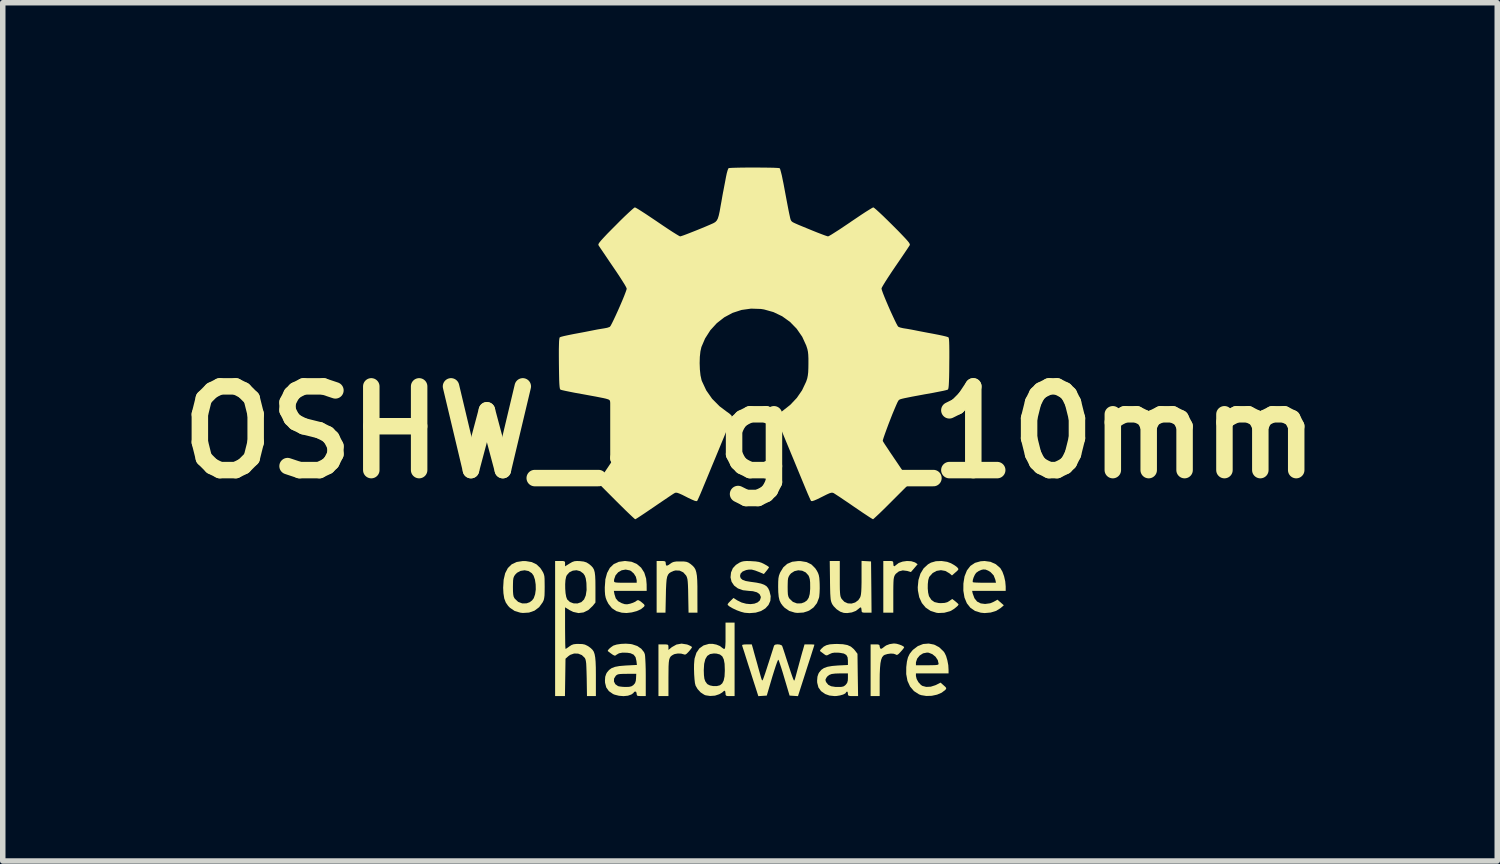
<source format=kicad_pcb>
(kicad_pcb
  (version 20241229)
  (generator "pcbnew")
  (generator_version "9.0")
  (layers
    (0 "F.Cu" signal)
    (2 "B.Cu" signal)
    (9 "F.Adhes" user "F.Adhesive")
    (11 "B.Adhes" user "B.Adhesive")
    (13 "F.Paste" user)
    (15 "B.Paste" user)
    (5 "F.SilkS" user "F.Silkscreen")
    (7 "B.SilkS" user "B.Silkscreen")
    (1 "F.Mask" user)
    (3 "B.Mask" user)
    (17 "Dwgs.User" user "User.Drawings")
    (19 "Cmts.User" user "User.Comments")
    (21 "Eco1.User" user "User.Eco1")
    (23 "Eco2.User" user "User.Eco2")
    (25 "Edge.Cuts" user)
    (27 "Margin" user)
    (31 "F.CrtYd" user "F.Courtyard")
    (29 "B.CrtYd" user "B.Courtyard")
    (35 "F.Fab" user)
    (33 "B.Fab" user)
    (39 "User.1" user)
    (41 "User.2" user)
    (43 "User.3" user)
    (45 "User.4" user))
  (footprint "OSHW_logo_10mm"
    (layer "F.Cu")
    (at 10.603 4.818)
    (property "Reference" "OSHW_logo_10mm" (at 0 0 0) (layer "F.SilkS") (effects (font (size 1.524 1.524) (thickness 0.3))))
    (attr board_only exclude_from_pos_files exclude_from_bom)
    (fp_poly (pts (xy 2.569 2.344) (xy 2.596 2.35) (xy 2.606 2.364) (xy 2.608 2.392) (xy 2.608 2.393) (xy 2.613 2.432) (xy 2.63 2.44) (xy 2.658 2.417) (xy 2.658 2.417) (xy 2.707 2.38) (xy 2.777 2.355) (xy 2.856 2.344) (xy 2.934 2.348) (xy 2.999 2.368) (xy 3.016 2.378) (xy 3.051 2.403) (xy 2.929 2.545) (xy 2.861 2.525) (xy 2.781 2.515) (xy 2.71 2.533) (xy 2.654 2.577) (xy 2.639 2.597) (xy 2.628 2.618) (xy 2.62 2.644) (xy 2.614 2.678) (xy 2.611 2.727) (xy 2.609 2.795) (xy 2.608 2.888) (xy 2.608 2.967) (xy 2.608 3.284) (xy 2.426 3.284) (xy 2.426 2.344) (xy 2.517 2.344)) (stroke (width 0) (type solid)) (fill yes) (layer "F.SilkS"))
    (fp_poly (pts (xy -1.15 3.863) (xy -1.131 3.869) (xy -1.087 3.889) (xy -1.06 3.906) (xy -1.056 3.913) (xy -1.067 3.933) (xy -1.093 3.967) (xy -1.116 3.994) (xy -1.153 4.032) (xy -1.18 4.048) (xy -1.202 4.045) (xy -1.205 4.043) (xy -1.254 4.03) (xy -1.315 4.028) (xy -1.372 4.038) (xy -1.391 4.046) (xy -1.421 4.063) (xy -1.444 4.082) (xy -1.46 4.107) (xy -1.472 4.142) (xy -1.479 4.193) (xy -1.483 4.263) (xy -1.484 4.357) (xy -1.485 4.469) (xy -1.485 4.803) (xy -1.667 4.803) (xy -1.667 3.862) (xy -1.576 3.862) (xy -1.524 3.863) (xy -1.497 3.868) (xy -1.487 3.883) (xy -1.485 3.911) (xy -1.485 3.963) (xy -1.423 3.912) (xy -1.339 3.865) (xy -1.246 3.848)) (stroke (width 0) (type solid)) (fill yes) (layer "F.SilkS"))
    (fp_poly (pts (xy 2.67 3.851) (xy 2.719 3.865) (xy 2.765 3.883) (xy 2.797 3.902) (xy 2.806 3.914) (xy 2.795 3.934) (xy 2.768 3.968) (xy 2.741 3.998) (xy 2.704 4.037) (xy 2.679 4.053) (xy 2.661 4.052) (xy 2.651 4.045) (xy 2.614 4.032) (xy 2.56 4.029) (xy 2.502 4.037) (xy 2.45 4.053) (xy 2.428 4.067) (xy 2.404 4.097) (xy 2.387 4.142) (xy 2.374 4.206) (xy 2.366 4.293) (xy 2.361 4.405) (xy 2.36 4.521) (xy 2.36 4.803) (xy 2.195 4.803) (xy 2.195 3.862) (xy 2.278 3.862) (xy 2.327 3.863) (xy 2.351 3.87) (xy 2.359 3.887) (xy 2.36 3.903) (xy 2.369 3.936) (xy 2.393 3.942) (xy 2.426 3.92) (xy 2.434 3.912) (xy 2.478 3.881) (xy 2.542 3.857) (xy 2.613 3.846) (xy 2.628 3.846)) (stroke (width 0) (type solid)) (fill yes) (layer "F.SilkS"))
    (fp_poly (pts (xy -1.568 2.345) (xy -1.544 2.352) (xy -1.536 2.368) (xy -1.535 2.382) (xy -1.53 2.419) (xy -1.514 2.43) (xy -1.482 2.416) (xy -1.456 2.397) (xy -1.421 2.373) (xy -1.387 2.36) (xy -1.342 2.353) (xy -1.276 2.352) (xy -1.271 2.352) (xy -1.203 2.353) (xy -1.158 2.359) (xy -1.123 2.372) (xy -1.088 2.395) (xy -1.082 2.399) (xy -1.044 2.431) (xy -1.015 2.463) (xy -0.993 2.501) (xy -0.978 2.55) (xy -0.967 2.613) (xy -0.961 2.696) (xy -0.958 2.802) (xy -0.958 2.934) (xy -0.957 3.284) (xy -1.119 3.284) (xy -1.125 2.975) (xy -1.127 2.864) (xy -1.13 2.781) (xy -1.134 2.721) (xy -1.139 2.677) (xy -1.147 2.646) (xy -1.157 2.621) (xy -1.164 2.608) (xy -1.215 2.551) (xy -1.282 2.519) (xy -1.357 2.516) (xy -1.395 2.526) (xy -1.436 2.544) (xy -1.468 2.564) (xy -1.491 2.591) (xy -1.508 2.63) (xy -1.519 2.685) (xy -1.525 2.761) (xy -1.53 2.862) (xy -1.532 2.963) (xy -1.539 3.284) (xy -1.7 3.284) (xy -1.7 2.344) (xy -1.617 2.344)) (stroke (width 0) (type solid)) (fill yes) (layer "F.SilkS"))
    (fp_poly (pts (xy 2.117 2.347) (xy 2.203 2.352) (xy 2.208 2.818) (xy 2.212 3.284) (xy 2.121 3.284) (xy 2.069 3.284) (xy 2.042 3.278) (xy 2.032 3.264) (xy 2.03 3.236) (xy 2.03 3.235) (xy 2.024 3.196) (xy 2.007 3.188) (xy 1.98 3.211) (xy 1.98 3.211) (xy 1.927 3.252) (xy 1.854 3.28) (xy 1.77 3.292) (xy 1.708 3.289) (xy 1.643 3.267) (xy 1.577 3.223) (xy 1.521 3.166) (xy 1.495 3.128) (xy 1.484 3.103) (xy 1.475 3.076) (xy 1.468 3.042) (xy 1.464 2.995) (xy 1.46 2.932) (xy 1.458 2.846) (xy 1.456 2.733) (xy 1.456 2.703) (xy 1.451 2.344) (xy 1.634 2.344) (xy 1.634 2.661) (xy 1.634 2.773) (xy 1.635 2.857) (xy 1.638 2.918) (xy 1.642 2.961) (xy 1.648 2.992) (xy 1.658 3.016) (xy 1.667 3.033) (xy 1.716 3.086) (xy 1.779 3.115) (xy 1.848 3.119) (xy 1.914 3.099) (xy 1.971 3.057) (xy 2.003 3.009) (xy 2.013 2.982) (xy 2.02 2.946) (xy 2.025 2.895) (xy 2.028 2.825) (xy 2.03 2.73) (xy 2.03 2.648) (xy 2.03 2.342)) (stroke (width 0) (type solid)) (fill yes) (layer "F.SilkS"))
    (fp_poly (pts (xy 3.588 2.359) (xy 3.658 2.385) (xy 3.711 2.415) (xy 3.756 2.446) (xy 3.773 2.461) (xy 3.79 2.483) (xy 3.792 2.499) (xy 3.774 2.521) (xy 3.74 2.551) (xy 3.676 2.607) (xy 3.628 2.567) (xy 3.555 2.525) (xy 3.475 2.511) (xy 3.396 2.524) (xy 3.325 2.563) (xy 3.269 2.625) (xy 3.259 2.641) (xy 3.244 2.692) (xy 3.236 2.764) (xy 3.235 2.843) (xy 3.242 2.919) (xy 3.256 2.979) (xy 3.261 2.991) (xy 3.303 3.054) (xy 3.358 3.092) (xy 3.433 3.109) (xy 3.474 3.111) (xy 3.542 3.107) (xy 3.591 3.094) (xy 3.627 3.073) (xy 3.68 3.035) (xy 3.738 3.079) (xy 3.773 3.109) (xy 3.794 3.131) (xy 3.796 3.136) (xy 3.783 3.157) (xy 3.75 3.187) (xy 3.707 3.22) (xy 3.662 3.248) (xy 3.64 3.258) (xy 3.537 3.286) (xy 3.428 3.291) (xy 3.392 3.286) (xy 3.286 3.252) (xy 3.197 3.192) (xy 3.128 3.109) (xy 3.08 3.004) (xy 3.056 2.882) (xy 3.053 2.823) (xy 3.066 2.69) (xy 3.102 2.574) (xy 3.16 2.478) (xy 3.239 2.405) (xy 3.293 2.374) (xy 3.383 2.348) (xy 3.486 2.344)) (stroke (width 0) (type solid)) (fill yes) (layer "F.SilkS"))
    (fp_poly (pts (xy 4.378 2.359) (xy 4.475 2.403) (xy 4.554 2.472) (xy 4.559 2.478) (xy 4.595 2.54) (xy 4.625 2.623) (xy 4.646 2.716) (xy 4.654 2.807) (xy 4.654 2.809) (xy 4.654 2.888) (xy 4.043 2.888) (xy 4.053 2.934) (xy 4.085 3.022) (xy 4.133 3.082) (xy 4.199 3.116) (xy 4.279 3.126) (xy 4.371 3.114) (xy 4.435 3.087) (xy 4.504 3.048) (xy 4.562 3.099) (xy 4.62 3.15) (xy 4.564 3.199) (xy 4.482 3.251) (xy 4.382 3.282) (xy 4.271 3.292) (xy 4.2 3.285) (xy 4.097 3.254) (xy 4.012 3.196) (xy 3.947 3.114) (xy 3.904 3.01) (xy 3.883 2.885) (xy 3.884 2.756) (xy 3.889 2.721) (xy 4.053 2.721) (xy 4.056 2.73) (xy 4.075 2.734) (xy 4.121 2.737) (xy 4.186 2.739) (xy 4.264 2.74) (xy 4.271 2.74) (xy 4.477 2.74) (xy 4.466 2.686) (xy 4.435 2.606) (xy 4.376 2.544) (xy 4.334 2.519) (xy 4.286 2.5) (xy 4.245 2.498) (xy 4.21 2.506) (xy 4.159 2.529) (xy 4.117 2.559) (xy 4.114 2.562) (xy 4.091 2.597) (xy 4.07 2.643) (xy 4.056 2.688) (xy 4.053 2.721) (xy 3.889 2.721) (xy 3.905 2.624) (xy 3.948 2.516) (xy 4.011 2.434) (xy 4.094 2.378) (xy 4.197 2.349) (xy 4.27 2.344)) (stroke (width 0) (type solid)) (fill yes) (layer "F.SilkS"))
    (fp_poly (pts (xy -4.08 2.346) (xy -3.973 2.364) (xy -3.887 2.405) (xy -3.818 2.471) (xy -3.785 2.521) (xy -3.765 2.555) (xy -3.753 2.585) (xy -3.744 2.62) (xy -3.74 2.666) (xy -3.739 2.731) (xy -3.738 2.814) (xy -3.739 2.905) (xy -3.741 2.971) (xy -3.747 3.018) (xy -3.755 3.054) (xy -3.769 3.085) (xy -3.774 3.095) (xy -3.839 3.185) (xy -3.923 3.248) (xy -4.023 3.283) (xy -4.137 3.29) (xy -4.184 3.284) (xy -4.284 3.254) (xy -4.37 3.196) (xy -4.403 3.162) (xy -4.446 3.1) (xy -4.474 3.026) (xy -4.489 2.932) (xy -4.494 2.83) (xy -4.493 2.817) (xy -4.316 2.817) (xy -4.315 2.897) (xy -4.311 2.951) (xy -4.304 2.989) (xy -4.291 3.017) (xy -4.281 3.031) (xy -4.221 3.088) (xy -4.147 3.116) (xy -4.068 3.115) (xy -4.01 3.094) (xy -3.967 3.061) (xy -3.937 3.021) (xy -3.912 2.949) (xy -3.9 2.863) (xy -3.902 2.771) (xy -3.915 2.684) (xy -3.94 2.611) (xy -3.971 2.567) (xy -4.031 2.527) (xy -4.103 2.513) (xy -4.176 2.524) (xy -4.241 2.558) (xy -4.278 2.596) (xy -4.296 2.625) (xy -4.307 2.655) (xy -4.313 2.697) (xy -4.315 2.758) (xy -4.316 2.817) (xy -4.493 2.817) (xy -4.485 2.685) (xy -4.457 2.566) (xy -4.408 2.472) (xy -4.338 2.404) (xy -4.248 2.362) (xy -4.137 2.345)) (stroke (width 0) (type solid)) (fill yes) (layer "F.SilkS"))
    (fp_poly (pts (xy 3.351 3.866) (xy 3.442 3.913) (xy 3.521 3.988) (xy 3.541 4.015) (xy 3.569 4.073) (xy 3.592 4.152) (xy 3.609 4.241) (xy 3.614 4.327) (xy 3.614 4.39) (xy 3.02 4.39) (xy 3.02 4.437) (xy 3.033 4.492) (xy 3.065 4.55) (xy 3.109 4.598) (xy 3.136 4.617) (xy 3.207 4.636) (xy 3.29 4.632) (xy 3.375 4.605) (xy 3.39 4.598) (xy 3.468 4.558) (xy 3.525 4.608) (xy 3.56 4.64) (xy 3.572 4.66) (xy 3.565 4.678) (xy 3.553 4.692) (xy 3.489 4.741) (xy 3.405 4.777) (xy 3.308 4.798) (xy 3.209 4.801) (xy 3.116 4.786) (xy 3.077 4.772) (xy 2.984 4.712) (xy 2.914 4.63) (xy 2.866 4.526) (xy 2.843 4.403) (xy 2.844 4.277) (xy 2.848 4.242) (xy 3.02 4.242) (xy 3.227 4.242) (xy 3.314 4.241) (xy 3.373 4.239) (xy 3.409 4.235) (xy 3.427 4.228) (xy 3.433 4.217) (xy 3.433 4.216) (xy 3.418 4.149) (xy 3.377 4.087) (xy 3.319 4.04) (xy 3.251 4.013) (xy 3.221 4.011) (xy 3.15 4.025) (xy 3.089 4.064) (xy 3.043 4.12) (xy 3.021 4.185) (xy 3.02 4.202) (xy 3.02 4.242) (xy 2.848 4.242) (xy 2.856 4.175) (xy 2.875 4.098) (xy 2.906 4.034) (xy 2.951 3.977) (xy 2.968 3.959) (xy 3.056 3.892) (xy 3.152 3.855) (xy 3.253 3.847)) (stroke (width 0) (type solid)) (fill yes) (layer "F.SilkS"))
    (fp_poly (pts (xy -2.157 2.358) (xy -2.06 2.399) (xy -1.982 2.466) (xy -1.925 2.555) (xy -1.891 2.665) (xy -1.882 2.769) (xy -1.881 2.888) (xy -2.479 2.888) (xy -2.468 2.948) (xy -2.444 3.024) (xy -2.401 3.076) (xy -2.333 3.113) (xy -2.332 3.113) (xy -2.279 3.13) (xy -2.235 3.132) (xy -2.181 3.121) (xy -2.13 3.104) (xy -2.089 3.085) (xy -2.078 3.077) (xy -2.053 3.059) (xy -2.029 3.058) (xy -1.996 3.077) (xy -1.965 3.102) (xy -1.93 3.132) (xy -1.919 3.153) (xy -1.927 3.172) (xy -1.931 3.177) (xy -1.985 3.221) (xy -2.062 3.256) (xy -2.153 3.28) (xy -2.248 3.291) (xy -2.335 3.285) (xy -2.435 3.256) (xy -2.515 3.202) (xy -2.578 3.123) (xy -2.609 3.063) (xy -2.627 3.014) (xy -2.638 2.961) (xy -2.643 2.894) (xy -2.644 2.824) (xy -2.635 2.706) (xy -2.476 2.706) (xy -2.474 2.72) (xy -2.465 2.729) (xy -2.444 2.735) (xy -2.404 2.738) (xy -2.342 2.74) (xy -2.269 2.74) (xy -2.063 2.74) (xy -2.063 2.694) (xy -2.078 2.631) (xy -2.116 2.571) (xy -2.169 2.525) (xy -2.189 2.515) (xy -2.264 2.5) (xy -2.337 2.513) (xy -2.4 2.549) (xy -2.448 2.605) (xy -2.473 2.676) (xy -2.476 2.706) (xy -2.635 2.706) (xy -2.634 2.68) (xy -2.602 2.562) (xy -2.551 2.468) (xy -2.48 2.4) (xy -2.389 2.359) (xy -2.279 2.344) (xy -2.272 2.344)) (stroke (width 0) (type solid)) (fill yes) (layer "F.SilkS"))
    (fp_poly (pts (xy 0.923 2.346) (xy 1.03 2.364) (xy 1.116 2.406) (xy 1.186 2.475) (xy 1.216 2.52) (xy 1.238 2.562) (xy 1.252 2.602) (xy 1.261 2.651) (xy 1.266 2.719) (xy 1.268 2.763) (xy 1.269 2.845) (xy 1.266 2.925) (xy 1.26 2.991) (xy 1.256 3.012) (xy 1.218 3.111) (xy 1.156 3.19) (xy 1.074 3.248) (xy 0.974 3.282) (xy 0.863 3.289) (xy 0.817 3.284) (xy 0.716 3.254) (xy 0.631 3.196) (xy 0.598 3.162) (xy 0.562 3.114) (xy 0.537 3.061) (xy 0.522 2.996) (xy 0.514 2.911) (xy 0.512 2.817) (xy 0.685 2.817) (xy 0.686 2.896) (xy 0.689 2.951) (xy 0.697 2.988) (xy 0.709 3.016) (xy 0.72 3.031) (xy 0.78 3.088) (xy 0.854 3.116) (xy 0.933 3.115) (xy 0.991 3.094) (xy 1.037 3.061) (xy 1.068 3.013) (xy 1.087 2.945) (xy 1.095 2.852) (xy 1.095 2.812) (xy 1.094 2.732) (xy 1.088 2.676) (xy 1.076 2.634) (xy 1.063 2.606) (xy 1.014 2.552) (xy 0.95 2.521) (xy 0.878 2.513) (xy 0.808 2.529) (xy 0.746 2.569) (xy 0.723 2.596) (xy 0.706 2.624) (xy 0.694 2.655) (xy 0.688 2.696) (xy 0.686 2.756) (xy 0.685 2.817) (xy 0.512 2.817) (xy 0.512 2.806) (xy 0.513 2.721) (xy 0.517 2.66) (xy 0.526 2.613) (xy 0.542 2.569) (xy 0.551 2.549) (xy 0.606 2.459) (xy 0.677 2.396) (xy 0.767 2.358) (xy 0.876 2.345)) (stroke (width 0) (type solid)) (fill yes) (layer "F.SilkS"))
    (fp_poly (pts (xy -0.281 4.803) (xy -0.363 4.803) (xy -0.412 4.802) (xy -0.436 4.795) (xy -0.445 4.778) (xy -0.446 4.753) (xy -0.452 4.716) (xy -0.467 4.704) (xy -0.487 4.72) (xy -0.507 4.738) (xy -0.545 4.761) (xy -0.562 4.77) (xy -0.638 4.795) (xy -0.726 4.801) (xy -0.808 4.789) (xy -0.833 4.779) (xy -0.898 4.737) (xy -0.955 4.675) (xy -0.991 4.613) (xy -1.003 4.565) (xy -1.011 4.493) (xy -1.017 4.406) (xy -1.019 4.331) (xy -0.842 4.331) (xy -0.839 4.421) (xy -0.831 4.487) (xy -0.814 4.535) (xy -0.787 4.573) (xy -0.774 4.587) (xy -0.73 4.609) (xy -0.67 4.621) (xy -0.605 4.621) (xy -0.55 4.607) (xy -0.544 4.604) (xy -0.506 4.572) (xy -0.48 4.521) (xy -0.464 4.446) (xy -0.459 4.345) (xy -0.459 4.324) (xy -0.463 4.215) (xy -0.478 4.135) (xy -0.505 4.08) (xy -0.548 4.046) (xy -0.608 4.03) (xy -0.658 4.027) (xy -0.727 4.038) (xy -0.779 4.072) (xy -0.814 4.131) (xy -0.835 4.216) (xy -0.842 4.331) (xy -0.842 4.331) (xy -1.019 4.331) (xy -1.02 4.314) (xy -1.019 4.226) (xy -1.013 4.15) (xy -1.009 4.118) (xy -0.976 4.014) (xy -0.922 3.935) (xy -0.846 3.881) (xy -0.749 3.853) (xy -0.682 3.852) (xy -0.612 3.866) (xy -0.55 3.891) (xy -0.511 3.921) (xy -0.483 3.941) (xy -0.468 3.945) (xy -0.459 3.938) (xy -0.453 3.917) (xy -0.449 3.877) (xy -0.446 3.813) (xy -0.446 3.72) (xy -0.446 3.705) (xy -0.446 3.466) (xy -0.281 3.466)) (stroke (width 0) (type solid)) (fill yes) (layer "F.SilkS"))
    (fp_poly (pts (xy 0.014 2.346) (xy 0.024 2.347) (xy 0.103 2.352) (xy 0.161 2.361) (xy 0.209 2.376) (xy 0.259 2.4) (xy 0.26 2.401) (xy 0.306 2.427) (xy 0.337 2.448) (xy 0.346 2.458) (xy 0.336 2.475) (xy 0.312 2.508) (xy 0.299 2.524) (xy 0.252 2.581) (xy 0.171 2.547) (xy 0.093 2.517) (xy 0.033 2.501) (xy -0.019 2.5) (xy -0.071 2.509) (xy -0.136 2.536) (xy -0.172 2.574) (xy -0.182 2.617) (xy -0.171 2.656) (xy -0.138 2.686) (xy -0.079 2.708) (xy 0.009 2.723) (xy 0.01 2.723) (xy 0.118 2.738) (xy 0.199 2.755) (xy 0.257 2.776) (xy 0.299 2.802) (xy 0.329 2.838) (xy 0.352 2.886) (xy 0.353 2.888) (xy 0.376 2.983) (xy 0.37 3.069) (xy 0.336 3.145) (xy 0.279 3.207) (xy 0.2 3.255) (xy 0.103 3.284) (xy -0.01 3.293) (xy -0.099 3.286) (xy -0.164 3.269) (xy -0.241 3.241) (xy -0.317 3.205) (xy -0.378 3.169) (xy -0.387 3.161) (xy -0.405 3.145) (xy -0.407 3.129) (xy -0.39 3.106) (xy -0.361 3.076) (xy -0.302 3.017) (xy -0.232 3.061) (xy -0.153 3.1) (xy -0.071 3.122) (xy 0.009 3.129) (xy 0.081 3.12) (xy 0.139 3.097) (xy 0.18 3.06) (xy 0.196 3.01) (xy 0.195 2.993) (xy 0.174 2.948) (xy 0.126 2.914) (xy 0.053 2.894) (xy -0.022 2.888) (xy -0.13 2.876) (xy -0.221 2.843) (xy -0.29 2.791) (xy -0.336 2.722) (xy -0.355 2.642) (xy -0.346 2.553) (xy -0.313 2.475) (xy -0.257 2.415) (xy -0.191 2.373) (xy -0.153 2.357) (xy -0.113 2.348) (xy -0.061 2.344)) (stroke (width 0) (type solid)) (fill yes) (layer "F.SilkS"))
    (fp_poly (pts (xy 1.691 3.859) (xy 1.772 3.874) (xy 1.835 3.902) (xy 1.887 3.946) (xy 1.911 3.974) (xy 1.956 4.033) (xy 1.961 4.418) (xy 1.967 4.803) (xy 1.875 4.803) (xy 1.822 4.802) (xy 1.795 4.796) (xy 1.784 4.783) (xy 1.782 4.761) (xy 1.777 4.73) (xy 1.766 4.72) (xy 1.75 4.731) (xy 1.749 4.735) (xy 1.734 4.755) (xy 1.695 4.775) (xy 1.639 4.791) (xy 1.577 4.801) (xy 1.54 4.803) (xy 1.445 4.793) (xy 1.369 4.766) (xy 1.293 4.713) (xy 1.245 4.646) (xy 1.223 4.561) (xy 1.221 4.522) (xy 1.223 4.5) (xy 1.374 4.5) (xy 1.376 4.528) (xy 1.388 4.553) (xy 1.424 4.597) (xy 1.477 4.624) (xy 1.552 4.636) (xy 1.598 4.637) (xy 1.659 4.636) (xy 1.699 4.628) (xy 1.728 4.61) (xy 1.742 4.597) (xy 1.768 4.563) (xy 1.78 4.52) (xy 1.782 4.473) (xy 1.782 4.39) (xy 1.643 4.39) (xy 1.552 4.393) (xy 1.486 4.401) (xy 1.44 4.419) (xy 1.407 4.446) (xy 1.392 4.466) (xy 1.374 4.5) (xy 1.223 4.5) (xy 1.227 4.45) (xy 1.245 4.396) (xy 1.259 4.372) (xy 1.297 4.326) (xy 1.345 4.293) (xy 1.409 4.27) (xy 1.494 4.255) (xy 1.6 4.246) (xy 1.782 4.237) (xy 1.782 4.159) (xy 1.776 4.097) (xy 1.753 4.055) (xy 1.709 4.029) (xy 1.639 4.016) (xy 1.609 4.013) (xy 1.541 4.012) (xy 1.493 4.019) (xy 1.451 4.037) (xy 1.447 4.039) (xy 1.409 4.059) (xy 1.384 4.062) (xy 1.36 4.048) (xy 1.32 4.018) (xy 1.297 4.001) (xy 1.275 3.984) (xy 1.276 3.968) (xy 1.297 3.943) (xy 1.34 3.903) (xy 1.39 3.877) (xy 1.454 3.861) (xy 1.539 3.855) (xy 1.584 3.854)) (stroke (width 0) (type solid)) (fill yes) (layer "F.SilkS"))
    (fp_poly (pts (xy -2.175 3.855) (xy -2.144 3.861) (xy -2.054 3.891) (xy -1.981 3.94) (xy -1.93 4.003) (xy -1.915 4.04) (xy -1.91 4.075) (xy -1.906 4.137) (xy -1.902 4.219) (xy -1.899 4.317) (xy -1.898 4.424) (xy -1.898 4.452) (xy -1.898 4.803) (xy -1.981 4.803) (xy -2.029 4.801) (xy -2.054 4.795) (xy -2.062 4.778) (xy -2.063 4.761) (xy -2.072 4.728) (xy -2.088 4.72) (xy -2.11 4.727) (xy -2.113 4.733) (xy -2.125 4.749) (xy -2.157 4.772) (xy -2.16 4.774) (xy -2.222 4.796) (xy -2.302 4.804) (xy -2.387 4.797) (xy -2.466 4.777) (xy -2.493 4.766) (xy -2.569 4.713) (xy -2.617 4.646) (xy -2.639 4.561) (xy -2.64 4.538) (xy -2.477 4.538) (xy -2.452 4.587) (xy -2.402 4.622) (xy -2.402 4.622) (xy -2.368 4.629) (xy -2.314 4.635) (xy -2.266 4.637) (xy -2.203 4.635) (xy -2.161 4.626) (xy -2.129 4.607) (xy -2.122 4.601) (xy -2.093 4.567) (xy -2.079 4.524) (xy -2.075 4.481) (xy -2.071 4.398) (xy -2.24 4.398) (xy -2.318 4.399) (xy -2.371 4.402) (xy -2.405 4.408) (xy -2.428 4.42) (xy -2.444 4.434) (xy -2.475 4.484) (xy -2.477 4.538) (xy -2.64 4.538) (xy -2.641 4.522) (xy -2.636 4.451) (xy -2.618 4.398) (xy -2.604 4.373) (xy -2.566 4.328) (xy -2.519 4.294) (xy -2.458 4.271) (xy -2.377 4.256) (xy -2.27 4.247) (xy -2.252 4.246) (xy -2.059 4.236) (xy -2.068 4.163) (xy -2.084 4.094) (xy -2.119 4.049) (xy -2.176 4.023) (xy -2.235 4.014) (xy -2.322 4.012) (xy -2.385 4.024) (xy -2.43 4.05) (xy -2.434 4.053) (xy -2.449 4.065) (xy -2.468 4.066) (xy -2.495 4.053) (xy -2.536 4.024) (xy -2.59 3.983) (xy -2.586 3.968) (xy -2.564 3.942) (xy -2.53 3.913) (xy -2.494 3.888) (xy -2.488 3.884) (xy -2.428 3.865) (xy -2.349 3.853) (xy -2.261 3.849)) (stroke (width 0) (type solid)) (fill yes) (layer "F.SilkS"))
    (fp_poly (pts (xy 0.539 3.865) (xy 0.574 3.878) (xy 0.585 3.891) (xy 0.594 3.916) (xy 0.611 3.966) (xy 0.634 4.036) (xy 0.661 4.121) (xy 0.686 4.197) (xy 0.716 4.289) (xy 0.743 4.371) (xy 0.766 4.438) (xy 0.783 4.484) (xy 0.791 4.502) (xy 0.798 4.516) (xy 0.804 4.521) (xy 0.811 4.512) (xy 0.82 4.484) (xy 0.834 4.434) (xy 0.85 4.374) (xy 0.882 4.256) (xy 0.908 4.16) (xy 0.932 4.072) (xy 0.957 3.983) (xy 0.958 3.982) (xy 0.992 3.862) (xy 1.082 3.862) (xy 1.131 3.863) (xy 1.164 3.865) (xy 1.172 3.868) (xy 1.167 3.885) (xy 1.155 3.925) (xy 1.14 3.971) (xy 1.126 4.015) (xy 1.104 4.085) (xy 1.075 4.174) (xy 1.042 4.276) (xy 1.007 4.386) (xy 0.991 4.436) (xy 0.873 4.804) (xy 0.796 4.799) (xy 0.72 4.794) (xy 0.625 4.475) (xy 0.596 4.377) (xy 0.569 4.29) (xy 0.545 4.218) (xy 0.528 4.167) (xy 0.517 4.142) (xy 0.516 4.141) (xy 0.507 4.151) (xy 0.491 4.19) (xy 0.469 4.252) (xy 0.442 4.335) (xy 0.411 4.434) (xy 0.403 4.46) (xy 0.305 4.794) (xy 0.228 4.799) (xy 0.151 4.804) (xy 0.094 4.626) (xy 0.068 4.546) (xy 0.036 4.446) (xy 0.001 4.335) (xy -0.035 4.224) (xy -0.05 4.176) (xy -0.079 4.085) (xy -0.104 4.005) (xy -0.125 3.941) (xy -0.139 3.898) (xy -0.144 3.883) (xy -0.139 3.87) (xy -0.108 3.864) (xy -0.06 3.862) (xy 0.032 3.862) (xy 0.057 3.949) (xy 0.07 3.998) (xy 0.09 4.07) (xy 0.114 4.155) (xy 0.139 4.244) (xy 0.14 4.25) (xy 0.168 4.35) (xy 0.188 4.422) (xy 0.202 4.471) (xy 0.212 4.5) (xy 0.218 4.515) (xy 0.223 4.518) (xy 0.228 4.514) (xy 0.23 4.511) (xy 0.239 4.492) (xy 0.256 4.446) (xy 0.279 4.379) (xy 0.306 4.296) (xy 0.336 4.202) (xy 0.337 4.2) (xy 0.367 4.106) (xy 0.394 4.021) (xy 0.416 3.953) (xy 0.431 3.905) (xy 0.438 3.883) (xy 0.438 3.883) (xy 0.458 3.867) (xy 0.496 3.861)) (stroke (width 0) (type solid)) (fill yes) (layer "F.SilkS"))
    (fp_poly (pts (xy -3.406 2.344) (xy -3.379 2.35) (xy -3.368 2.364) (xy -3.367 2.392) (xy -3.367 2.441) (xy -3.285 2.39) (xy -3.236 2.362) (xy -3.195 2.348) (xy -3.148 2.344) (xy -3.097 2.346) (xy -3.028 2.354) (xy -2.977 2.37) (xy -2.932 2.398) (xy -2.931 2.399) (xy -2.891 2.432) (xy -2.861 2.465) (xy -2.84 2.503) (xy -2.827 2.551) (xy -2.819 2.616) (xy -2.815 2.703) (xy -2.814 2.817) (xy -2.814 2.825) (xy -2.814 3.1) (xy -2.865 3.163) (xy -2.943 3.237) (xy -3.03 3.28) (xy -3.122 3.292) (xy -3.218 3.271) (xy -3.285 3.238) (xy -3.367 3.187) (xy -3.367 3.566) (xy -3.366 3.673) (xy -3.365 3.769) (xy -3.364 3.849) (xy -3.362 3.907) (xy -3.359 3.939) (xy -3.358 3.945) (xy -3.34 3.935) (xy -3.306 3.912) (xy -3.289 3.899) (xy -3.25 3.874) (xy -3.212 3.86) (xy -3.16 3.854) (xy -3.119 3.854) (xy -3.053 3.856) (xy -3.005 3.866) (xy -2.961 3.887) (xy -2.939 3.9) (xy -2.9 3.929) (xy -2.869 3.959) (xy -2.845 3.994) (xy -2.829 4.04) (xy -2.818 4.1) (xy -2.811 4.179) (xy -2.807 4.281) (xy -2.806 4.411) (xy -2.806 4.444) (xy -2.806 4.803) (xy -2.968 4.803) (xy -2.973 4.477) (xy -2.976 4.362) (xy -2.979 4.275) (xy -2.982 4.212) (xy -2.988 4.167) (xy -2.995 4.136) (xy -3.004 4.115) (xy -3.008 4.108) (xy -3.061 4.057) (xy -3.129 4.03) (xy -3.202 4.028) (xy -3.272 4.052) (xy -3.305 4.075) (xy -3.359 4.123) (xy -3.369 4.803) (xy -3.548 4.803) (xy -3.548 2.767) (xy -3.365 2.767) (xy -3.364 2.85) (xy -3.358 2.93) (xy -3.346 2.997) (xy -3.329 3.042) (xy -3.328 3.044) (xy -3.279 3.09) (xy -3.214 3.115) (xy -3.141 3.117) (xy -3.071 3.093) (xy -3.069 3.091) (xy -3.021 3.044) (xy -2.99 2.971) (xy -2.975 2.872) (xy -2.978 2.751) (xy -2.98 2.73) (xy -2.991 2.659) (xy -3.008 2.61) (xy -3.035 2.571) (xy -3.092 2.529) (xy -3.159 2.512) (xy -3.227 2.52) (xy -3.288 2.55) (xy -3.334 2.601) (xy -3.348 2.632) (xy -3.36 2.691) (xy -3.365 2.767) (xy -3.548 2.767) (xy -3.548 2.344) (xy -3.458 2.344)) (stroke (width 0) (type solid)) (fill yes) (layer "F.SilkS"))
    (fp_poly (pts (xy 0.157 -4.818) (xy 0.262 -4.817) (xy 0.357 -4.816) (xy 0.437 -4.814) (xy 0.498 -4.811) (xy 0.533 -4.808) (xy 0.539 -4.806) (xy 0.549 -4.787) (xy 0.562 -4.74) (xy 0.579 -4.673) (xy 0.596 -4.589) (xy 0.61 -4.522) (xy 0.64 -4.361) (xy 0.665 -4.228) (xy 0.685 -4.123) (xy 0.701 -4.04) (xy 0.714 -3.977) (xy 0.724 -3.931) (xy 0.731 -3.899) (xy 0.737 -3.877) (xy 0.742 -3.863) (xy 0.746 -3.856) (xy 0.752 -3.846) (xy 0.76 -3.837) (xy 0.774 -3.826) (xy 0.798 -3.813) (xy 0.835 -3.796) (xy 0.89 -3.772) (xy 0.965 -3.741) (xy 1.065 -3.7) (xy 1.138 -3.67) (xy 1.225 -3.635) (xy 1.303 -3.605) (xy 1.365 -3.582) (xy 1.407 -3.568) (xy 1.421 -3.565) (xy 1.441 -3.574) (xy 1.484 -3.599) (xy 1.547 -3.639) (xy 1.627 -3.69) (xy 1.718 -3.751) (xy 1.818 -3.818) (xy 1.833 -3.829) (xy 1.934 -3.897) (xy 2.026 -3.959) (xy 2.107 -4.012) (xy 2.173 -4.053) (xy 2.219 -4.081) (xy 2.243 -4.093) (xy 2.244 -4.093) (xy 2.262 -4.082) (xy 2.3 -4.05) (xy 2.355 -4) (xy 2.423 -3.936) (xy 2.501 -3.86) (xy 2.586 -3.776) (xy 2.597 -3.765) (xy 2.695 -3.667) (xy 2.77 -3.589) (xy 2.827 -3.529) (xy 2.867 -3.484) (xy 2.893 -3.452) (xy 2.906 -3.429) (xy 2.91 -3.414) (xy 2.908 -3.406) (xy 2.894 -3.384) (xy 2.865 -3.34) (xy 2.822 -3.276) (xy 2.768 -3.196) (xy 2.706 -3.105) (xy 2.642 -3.012) (xy 2.576 -2.914) (xy 2.516 -2.823) (xy 2.465 -2.744) (xy 2.426 -2.68) (xy 2.401 -2.636) (xy 2.393 -2.615) (xy 2.4 -2.588) (xy 2.418 -2.536) (xy 2.445 -2.467) (xy 2.479 -2.385) (xy 2.517 -2.296) (xy 2.557 -2.205) (xy 2.597 -2.118) (xy 2.633 -2.041) (xy 2.664 -1.978) (xy 2.687 -1.936) (xy 2.698 -1.921) (xy 2.73 -1.907) (xy 2.78 -1.895) (xy 2.802 -1.891) (xy 2.86 -1.882) (xy 2.933 -1.869) (xy 2.996 -1.857) (xy 3.055 -1.845) (xy 3.138 -1.829) (xy 3.232 -1.811) (xy 3.33 -1.793) (xy 3.35 -1.789) (xy 3.437 -1.772) (xy 3.512 -1.756) (xy 3.57 -1.742) (xy 3.605 -1.731) (xy 3.611 -1.728) (xy 3.617 -1.716) (xy 3.622 -1.688) (xy 3.625 -1.641) (xy 3.627 -1.572) (xy 3.628 -1.478) (xy 3.628 -1.357) (xy 3.627 -1.25) (xy 3.626 -1.111) (xy 3.624 -1.002) (xy 3.621 -0.92) (xy 3.618 -0.859) (xy 3.614 -0.818) (xy 3.609 -0.792) (xy 3.603 -0.778) (xy 3.598 -0.775) (xy 3.573 -0.767) (xy 3.523 -0.755) (xy 3.453 -0.741) (xy 3.371 -0.725) (xy 3.342 -0.719) (xy 3.184 -0.691) (xy 3.055 -0.667) (xy 2.952 -0.648) (xy 2.873 -0.632) (xy 2.813 -0.62) (xy 2.77 -0.61) (xy 2.741 -0.602) (xy 2.722 -0.594) (xy 2.711 -0.587) (xy 2.704 -0.579) (xy 2.698 -0.571) (xy 2.681 -0.539) (xy 2.657 -0.485) (xy 2.626 -0.412) (xy 2.591 -0.328) (xy 2.555 -0.236) (xy 2.519 -0.143) (xy 2.486 -0.054) (xy 2.457 0.026) (xy 2.434 0.092) (xy 2.42 0.137) (xy 2.416 0.158) (xy 2.428 0.179) (xy 2.455 0.222) (xy 2.496 0.283) (xy 2.546 0.359) (xy 2.603 0.443) (xy 2.619 0.467) (xy 2.681 0.558) (xy 2.74 0.646) (xy 2.794 0.724) (xy 2.836 0.787) (xy 2.865 0.829) (xy 2.868 0.832) (xy 2.923 0.914) (xy 2.588 1.249) (xy 2.502 1.335) (xy 2.423 1.413) (xy 2.354 1.48) (xy 2.298 1.532) (xy 2.259 1.568) (xy 2.24 1.584) (xy 2.239 1.584) (xy 2.222 1.575) (xy 2.181 1.55) (xy 2.122 1.511) (xy 2.046 1.461) (xy 1.96 1.402) (xy 1.892 1.356) (xy 1.798 1.291) (xy 1.71 1.232) (xy 1.635 1.181) (xy 1.575 1.142) (xy 1.535 1.116) (xy 1.522 1.108) (xy 1.503 1.101) (xy 1.48 1.101) (xy 1.446 1.111) (xy 1.397 1.133) (xy 1.327 1.168) (xy 1.305 1.179) (xy 1.224 1.219) (xy 1.168 1.243) (xy 1.132 1.254) (xy 1.113 1.252) (xy 1.11 1.25) (xy 1.099 1.228) (xy 1.078 1.182) (xy 1.049 1.116) (xy 1.015 1.035) (xy 0.986 0.965) (xy 0.945 0.866) (xy 0.895 0.745) (xy 0.841 0.614) (xy 0.787 0.483) (xy 0.736 0.361) (xy 0.734 0.355) (xy 0.665 0.189) (xy 0.608 0.051) (xy 0.563 -0.06) (xy 0.528 -0.147) (xy 0.503 -0.212) (xy 0.487 -0.256) (xy 0.48 -0.282) (xy 0.479 -0.288) (xy 0.491 -0.306) (xy 0.525 -0.336) (xy 0.572 -0.373) (xy 0.582 -0.38) (xy 0.732 -0.498) (xy 0.852 -0.625) (xy 0.947 -0.763) (xy 1.02 -0.917) (xy 1.026 -0.933) (xy 1.042 -0.982) (xy 1.052 -1.033) (xy 1.059 -1.093) (xy 1.062 -1.171) (xy 1.063 -1.246) (xy 1.063 -1.34) (xy 1.06 -1.411) (xy 1.054 -1.466) (xy 1.044 -1.514) (xy 1.027 -1.566) (xy 1.025 -1.574) (xy 0.95 -1.738) (xy 0.849 -1.884) (xy 0.727 -2.009) (xy 0.585 -2.111) (xy 0.426 -2.187) (xy 0.255 -2.235) (xy 0.198 -2.244) (xy 0.019 -2.25) (xy -0.154 -2.226) (xy -0.317 -2.173) (xy -0.468 -2.092) (xy -0.604 -1.986) (xy -0.722 -1.857) (xy -0.818 -1.707) (xy -0.885 -1.551) (xy -0.903 -1.472) (xy -0.914 -1.37) (xy -0.917 -1.257) (xy -0.913 -1.143) (xy -0.902 -1.037) (xy -0.883 -0.951) (xy -0.877 -0.933) (xy -0.797 -0.762) (xy -0.69 -0.609) (xy -0.554 -0.472) (xy -0.424 -0.374) (xy -0.376 -0.34) (xy -0.343 -0.31) (xy -0.33 -0.291) (xy -0.333 -0.274) (xy -0.344 -0.242) (xy -0.362 -0.193) (xy -0.389 -0.124) (xy -0.425 -0.033) (xy -0.472 0.082) (xy -0.531 0.224) (xy -0.585 0.355) (xy -0.635 0.476) (xy -0.69 0.608) (xy -0.744 0.739) (xy -0.794 0.86) (xy -0.836 0.961) (xy -0.838 0.965) (xy -0.874 1.053) (xy -0.907 1.131) (xy -0.935 1.194) (xy -0.954 1.235) (xy -0.962 1.25) (xy -0.976 1.255) (xy -1.007 1.248) (xy -1.057 1.227) (xy -1.131 1.192) (xy -1.156 1.179) (xy -1.233 1.14) (xy -1.287 1.116) (xy -1.324 1.103) (xy -1.349 1.1) (xy -1.369 1.105) (xy -1.373 1.108) (xy -1.397 1.122) (xy -1.444 1.153) (xy -1.509 1.197) (xy -1.589 1.251) (xy -1.679 1.312) (xy -1.743 1.356) (xy -1.836 1.419) (xy -1.92 1.476) (xy -1.991 1.523) (xy -2.046 1.559) (xy -2.08 1.58) (xy -2.09 1.584) (xy -2.105 1.573) (xy -2.14 1.541) (xy -2.192 1.492) (xy -2.259 1.428) (xy -2.336 1.352) (xy -2.421 1.268) (xy -2.44 1.249) (xy -2.774 0.914) (xy -2.719 0.832) (xy -2.693 0.794) (xy -2.651 0.733) (xy -2.599 0.657) (xy -2.541 0.57) (xy -2.478 0.479) (xy -2.47 0.467) (xy -2.412 0.38) (xy -2.359 0.302) (xy -2.316 0.236) (xy -2.285 0.188) (xy -2.269 0.161) (xy -2.268 0.158) (xy -2.271 0.137) (xy -2.285 0.092) (xy -2.308 0.026) (xy -2.337 -0.054) (xy -2.371 -0.143) (xy -2.407 -0.236) (xy -2.443 -0.328) (xy -2.477 -0.412) (xy -2.508 -0.485) (xy -2.533 -0.539) (xy -2.549 -0.571) (xy -2.555 -0.58) (xy -2.563 -0.588) (xy -2.574 -0.595) (xy -2.594 -0.602) (xy -2.624 -0.611) (xy -2.667 -0.621) (xy -2.728 -0.633) (xy -2.809 -0.649) (xy -2.913 -0.668) (xy -3.043 -0.692) (xy -3.194 -0.719) (xy -3.279 -0.736) (xy -3.353 -0.751) (xy -3.411 -0.764) (xy -3.445 -0.773) (xy -3.449 -0.775) (xy -3.457 -0.783) (xy -3.463 -0.801) (xy -3.467 -0.832) (xy -3.471 -0.881) (xy -3.474 -0.95) (xy -3.476 -1.043) (xy -3.478 -1.163) (xy -3.479 -1.25) (xy -3.48 -1.393) (xy -3.48 -1.507) (xy -3.478 -1.593) (xy -3.476 -1.655) (xy -3.472 -1.697) (xy -3.467 -1.721) (xy -3.462 -1.728) (xy -3.439 -1.737) (xy -3.39 -1.75) (xy -3.321 -1.765) (xy -3.238 -1.782) (xy -3.202 -1.789) (xy -3.105 -1.807) (xy -3.009 -1.825) (xy -2.923 -1.842) (xy -2.857 -1.855) (xy -2.847 -1.857) (xy -2.775 -1.871) (xy -2.703 -1.883) (xy -2.654 -1.891) (xy -2.601 -1.901) (xy -2.56 -1.915) (xy -2.55 -1.921) (xy -2.535 -1.942) (xy -2.511 -1.988) (xy -2.479 -2.053) (xy -2.442 -2.132) (xy -2.402 -2.22) (xy -2.362 -2.311) (xy -2.324 -2.4) (xy -2.291 -2.48) (xy -2.266 -2.546) (xy -2.249 -2.594) (xy -2.245 -2.615) (xy -2.254 -2.637) (xy -2.279 -2.683) (xy -2.319 -2.747) (xy -2.37 -2.827) (xy -2.43 -2.918) (xy -2.494 -3.012) (xy -2.561 -3.11) (xy -2.622 -3.201) (xy -2.675 -3.279) (xy -2.718 -3.342) (xy -2.747 -3.386) (xy -2.759 -3.405) (xy -2.761 -3.417) (xy -2.754 -3.435) (xy -2.737 -3.46) (xy -2.706 -3.497) (xy -2.66 -3.547) (xy -2.597 -3.614) (xy -2.513 -3.699) (xy -2.448 -3.764) (xy -2.363 -3.85) (xy -2.284 -3.927) (xy -2.214 -3.993) (xy -2.158 -4.044) (xy -2.118 -4.079) (xy -2.097 -4.093) (xy -2.096 -4.093) (xy -2.076 -4.084) (xy -2.033 -4.059) (xy -1.97 -4.019) (xy -1.891 -3.968) (xy -1.8 -3.907) (xy -1.7 -3.84) (xy -1.684 -3.829) (xy -1.584 -3.761) (xy -1.491 -3.699) (xy -1.41 -3.646) (xy -1.344 -3.605) (xy -1.297 -3.577) (xy -1.274 -3.565) (xy -1.272 -3.565) (xy -1.249 -3.571) (xy -1.202 -3.587) (xy -1.136 -3.612) (xy -1.057 -3.643) (xy -0.971 -3.677) (xy -0.885 -3.712) (xy -0.803 -3.746) (xy -0.731 -3.777) (xy -0.677 -3.801) (xy -0.664 -3.807) (xy -0.632 -3.826) (xy -0.607 -3.852) (xy -0.587 -3.888) (xy -0.57 -3.942) (xy -0.553 -4.018) (xy -0.537 -4.11) (xy -0.521 -4.197) (xy -0.505 -4.29) (xy -0.49 -4.372) (xy -0.486 -4.39) (xy -0.471 -4.47) (xy -0.453 -4.563) (xy -0.437 -4.649) (xy -0.436 -4.654) (xy -0.422 -4.719) (xy -0.407 -4.771) (xy -0.394 -4.802) (xy -0.39 -4.807) (xy -0.369 -4.81) (xy -0.319 -4.813) (xy -0.248 -4.815) (xy -0.159 -4.817) (xy -0.058 -4.818) (xy 0.049 -4.818)) (stroke (width 0) (type solid)) (fill yes) (layer "F.SilkS")))
  (gr_rect
    (start -3 -3)
    (end 24.205 12.623)
    (stroke (width 0.1) (type default))
    (fill no)
    (layer "Edge.Cuts")))
</source>
